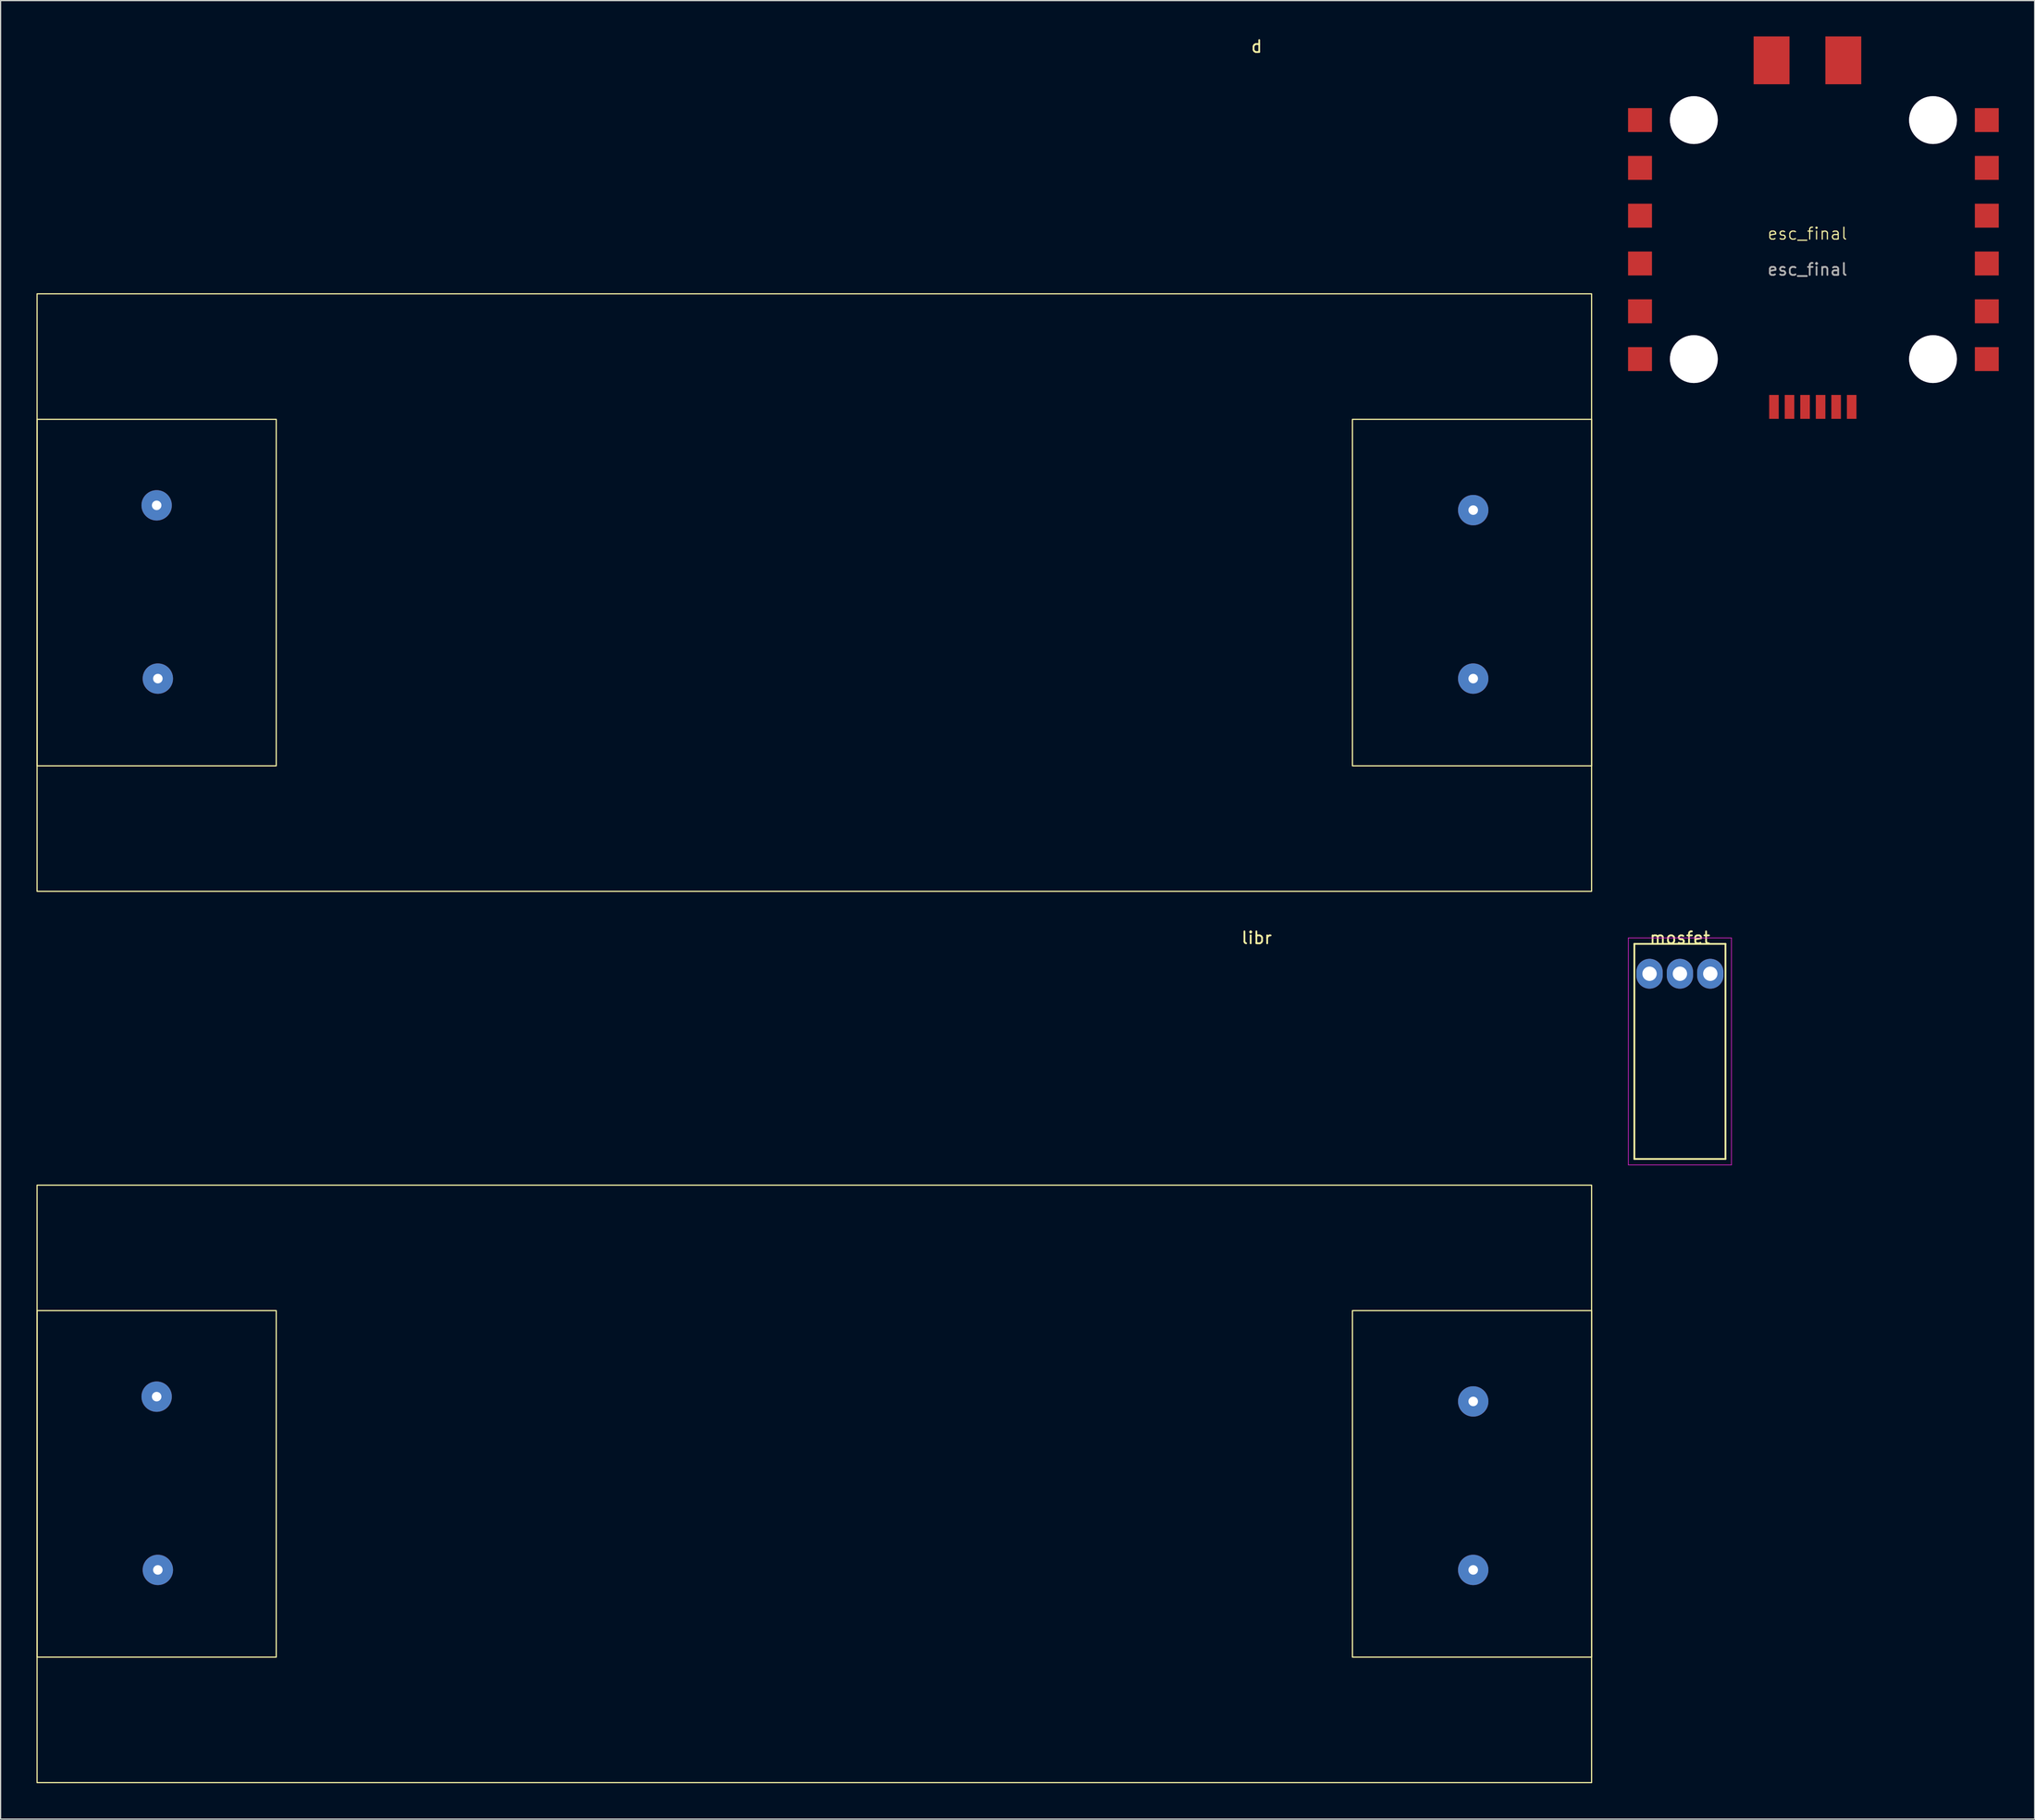
<source format=kicad_pcb>
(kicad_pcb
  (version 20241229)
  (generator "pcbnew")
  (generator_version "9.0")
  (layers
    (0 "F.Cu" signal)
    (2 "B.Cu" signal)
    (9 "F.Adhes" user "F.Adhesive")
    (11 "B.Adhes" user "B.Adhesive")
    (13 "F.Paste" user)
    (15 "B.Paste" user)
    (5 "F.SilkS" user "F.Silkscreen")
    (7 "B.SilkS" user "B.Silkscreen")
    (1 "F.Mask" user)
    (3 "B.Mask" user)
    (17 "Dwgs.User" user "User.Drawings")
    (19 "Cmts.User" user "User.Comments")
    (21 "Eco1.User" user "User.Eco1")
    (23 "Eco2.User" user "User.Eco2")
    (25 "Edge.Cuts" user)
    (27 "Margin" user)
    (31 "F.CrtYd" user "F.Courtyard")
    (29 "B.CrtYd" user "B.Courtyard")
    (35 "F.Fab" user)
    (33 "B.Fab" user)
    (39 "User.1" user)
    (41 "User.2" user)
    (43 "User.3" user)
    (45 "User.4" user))
  (footprint "esc_final"
    (layer "F.Cu")
    (at 148.1 17)
    (property "Reference" "esc_final" (at 0 -0.5 0) (unlocked yes) (layer "F.SilkS") (effects (font (size 1 1) (thickness 0.1))))
    (attr smd)
    (fp_line (start -13 -13.5) (end 14 -13.5) (stroke (width 0.1) (type default)) (layer "User.1"))
    (fp_line (start -13 13.5) (end -13 -13.5) (stroke (width 0.1) (type default)) (layer "User.1"))
    (fp_line (start 14 -13.5) (end 14 13.5) (stroke (width 0.1) (type default)) (layer "User.1"))
    (fp_line (start 14 13.5) (end -13 13.5) (stroke (width 0.1) (type default)) (layer "User.1"))
    (fp_text user "${REFERENCE}" (at 0 2.5 0) (unlocked yes) (layer "F.Fab") (effects (font (size 1 1) (thickness 0.15))))
    (pad "1" thru_hole circle (at 10.5 -10) (size 4 4) (drill 4) (layers "*.Cu" "*.Mask"))
    (pad "2" thru_hole circle (at -9.5 -10) (size 4 4) (drill 4) (layers "*.Cu" "*.Mask"))
    (pad "3" thru_hole circle (at -9.5 10) (size 4 4) (drill 4) (layers "*.Cu" "*.Mask"))
    (pad "4" thru_hole circle (at 10.5 10) (size 4 4) (drill 4) (layers "*.Cu" "*.Mask"))
    (pad "5" smd rect (at -14 -10) (size 2 2) (layers "F.Cu" "F.Mask" "F.Paste"))
    (pad "5" smd rect (at -14 -6) (size 2 2) (layers "F.Cu" "F.Mask" "F.Paste"))
    (pad "5" smd rect (at -14 -2) (size 2 2) (layers "F.Cu" "F.Mask" "F.Paste"))
    (pad "5" smd rect (at -14 2) (size 2 2) (layers "F.Cu" "F.Mask" "F.Paste"))
    (pad "5" smd rect (at -14 6) (size 2 2) (layers "F.Cu" "F.Mask" "F.Paste"))
    (pad "5" smd rect (at -14 10) (size 2 2) (layers "F.Cu" "F.Mask" "F.Paste"))
    (pad "5" smd rect (at 15 -10) (size 2 2) (layers "F.Cu" "F.Mask" "F.Paste"))
    (pad "5" smd rect (at 15 -6) (size 2 2) (layers "F.Cu" "F.Mask" "F.Paste"))
    (pad "5" smd rect (at 15 -2) (size 2 2) (layers "F.Cu" "F.Mask" "F.Paste"))
    (pad "5" smd rect (at 15 2) (size 2 2) (layers "F.Cu" "F.Mask" "F.Paste"))
    (pad "5" smd rect (at 15 6) (size 2 2) (layers "F.Cu" "F.Mask" "F.Paste"))
    (pad "5" smd rect (at 15 10) (size 2 2) (layers "F.Cu" "F.Mask" "F.Paste"))
    (pad "8" smd rect (at -3 -15) (size 3 4) (layers "F.Cu" "F.Mask" "F.Paste"))
    (pad "8" smd rect (at 3 -15) (size 3 4) (layers "F.Cu" "F.Mask" "F.Paste"))
    (pad "9" smd rect (at -2.8 14) (size 0.8 2) (layers "F.Cu" "F.Mask" "F.Paste"))
    (pad "9" smd rect (at -1.5 14) (size 0.8 2) (layers "F.Cu" "F.Mask" "F.Paste"))
    (pad "9" smd rect (at -0.2 14) (size 0.8 2) (layers "F.Cu" "F.Mask" "F.Paste"))
    (pad "9" smd rect (at 1.1 14) (size 0.8 2) (layers "F.Cu" "F.Mask" "F.Paste"))
    (pad "9" smd rect (at 2.4 14) (size 0.8 2) (layers "F.Cu" "F.Mask" "F.Paste"))
    (pad "9" smd rect (at 3.7 14) (size 0.8 2) (layers "F.Cu" "F.Mask" "F.Paste")))
  (footprint "mosfet"
    (layer "F.Cu")
    (at 134.895 78.436)
    (property "Reference" "mosfet" (at 2.54 -3 0) (layer "F.SilkS") (effects (font (size 1 1) (thickness 0.15))))
    (attr through_hole)
    (fp_line (start -1.27 -2.5) (end 6.35 -2.5) (stroke (width 0.15) (type solid)) (layer "F.SilkS"))
    (fp_line (start -1.27 15.5) (end -1.27 -2.5) (stroke (width 0.15) (type solid)) (layer "F.SilkS"))
    (fp_line (start 6.35 -2.5) (end 6.35 15.5) (stroke (width 0.15) (type solid)) (layer "F.SilkS"))
    (fp_line (start 6.35 15.5) (end -1.27 15.5) (stroke (width 0.15) (type solid)) (layer "F.SilkS"))
    (fp_line (start -1.77 -3) (end 6.85 -3) (stroke (width 0.05) (type solid)) (layer "F.CrtYd"))
    (fp_line (start -1.77 16) (end -1.77 -3) (stroke (width 0.05) (type solid)) (layer "F.CrtYd"))
    (fp_line (start 6.85 -3) (end 6.85 16) (stroke (width 0.05) (type solid)) (layer "F.CrtYd"))
    (fp_line (start 6.85 16) (end -1.77 16) (stroke (width 0.05) (type solid)) (layer "F.CrtYd"))
    (pad "1" thru_hole oval (at 0 0) (size 2.2 2.5) (drill 1.2) (layers "*.Cu" "*.Mask"))
    (pad "2" thru_hole oval (at 2.54 0) (size 2.2 2.5) (drill 1.2) (layers "*.Cu" "*.Mask"))
    (pad "3" thru_hole oval (at 5.08 0) (size 2.2 2.5) (drill 1.2) (layers "*.Cu" "*.Mask")))
  (footprint "d"
    (layer "F.Cu")
    (at 65.05 46.538)
    (property "Reference" "d" (at 36.99 -45.69 0) (layer "F.SilkS") (effects (font (size 1 1) (thickness 0.15))))
    (attr through_hole)
    (fp_rect (start -65 -25) (end 65 25) (stroke (width 0.1) (type solid)) (fill no) (layer "F.SilkS"))
    (fp_rect (start -65 -14.5) (end -45 14.5) (stroke (width 0.1) (type solid)) (fill no) (layer "F.SilkS"))
    (fp_rect (start 65 -14.5) (end 45 14.5) (stroke (width 0.1) (type solid)) (fill no) (layer "F.SilkS"))
    (pad "5" thru_hole circle (at -55 -7.3) (size 2.54 2.54) (drill 0.8) (layers "*.Cu" "*.Mask"))
    (pad "5" thru_hole circle (at -54.9 7.2) (size 2.54 2.54) (drill 0.8) (layers "*.Cu" "*.Mask"))
    (pad "5" thru_hole circle (at 55.1 -6.9) (size 2.54 2.54) (drill 0.8) (layers "*.Cu" "*.Mask"))
    (pad "5" thru_hole circle (at 55.1 7.2) (size 2.54 2.54) (drill 0.8) (layers "*.Cu" "*.Mask")))
  (footprint "libr"
    (layer "F.Cu")
    (at 65.05 121.126)
    (property "Reference" "libr" (at 36.99 -45.69 0) (layer "F.SilkS") (effects (font (size 1 1) (thickness 0.15))))
    (attr through_hole)
    (fp_rect (start -65 -25) (end 65 25) (stroke (width 0.1) (type solid)) (fill no) (layer "F.SilkS"))
    (fp_rect (start -65 -14.5) (end -45 14.5) (stroke (width 0.1) (type solid)) (fill no) (layer "F.SilkS"))
    (fp_rect (start 65 -14.5) (end 45 14.5) (stroke (width 0.1) (type solid)) (fill no) (layer "F.SilkS"))
    (pad "5" thru_hole circle (at -55 -7.3) (size 2.54 2.54) (drill 0.8) (layers "*.Cu" "*.Mask"))
    (pad "5" thru_hole circle (at -54.9 7.2) (size 2.54 2.54) (drill 0.8) (layers "*.Cu" "*.Mask"))
    (pad "5" thru_hole circle (at 55.1 -6.9) (size 2.54 2.54) (drill 0.8) (layers "*.Cu" "*.Mask"))
    (pad "5" thru_hole circle (at 55.1 7.2) (size 2.54 2.54) (drill 0.8) (layers "*.Cu" "*.Mask")))
  (gr_rect
    (start -3 -3)
    (end 167.1 149.177)
    (stroke (width 0.1) (type default))
    (fill no)
    (layer "Edge.Cuts")))
</source>
